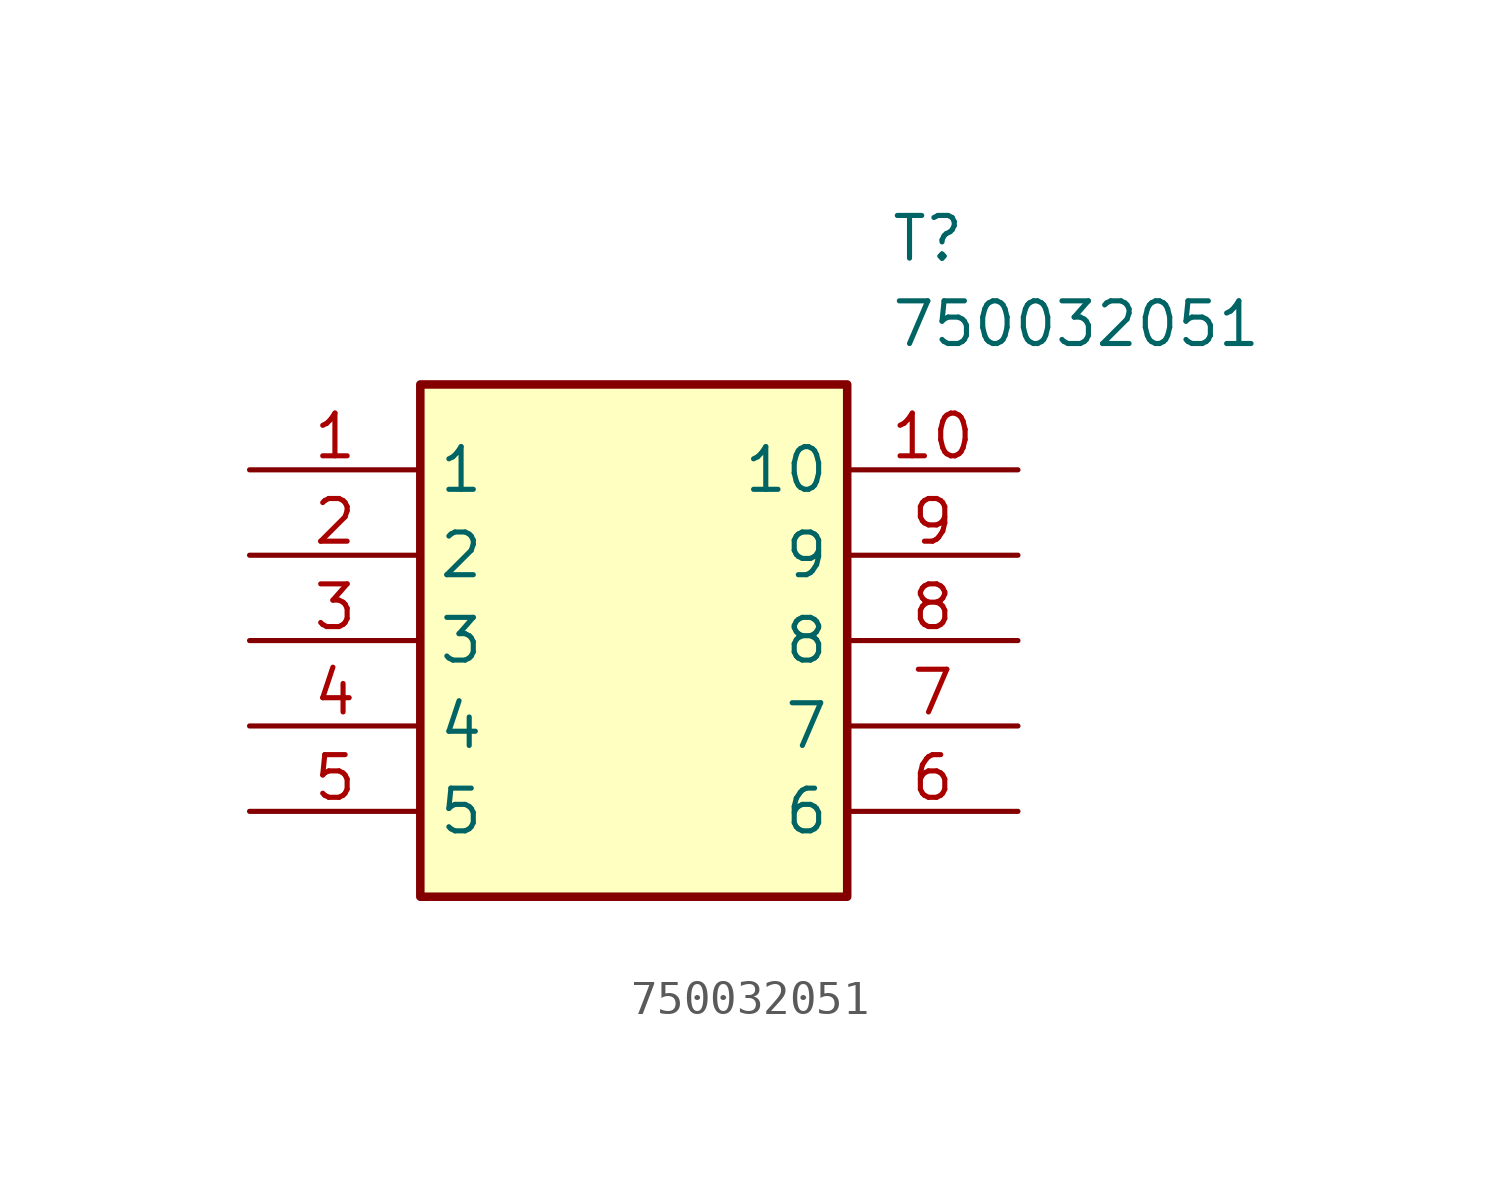
<source format=kicad_sym>
(kicad_symbol_lib
  (version 20211014)
  (generator SamacSys_ECAD_Model)
  (symbol "750032051"
    (property "Reference" "T"
      (at 19.05 7.62 0)
      (effects (font (size 1.27 1.27)) (justify left top)))
    (property "Value" "750032051"
      (at 19.05 5.08 0)
      (effects (font (size 1.27 1.27)) (justify left top)))
    (rectangle
      (start 5.08 2.54)
      (end 17.78 -12.7)
      (stroke (width 0.254) (type default))
      (fill (type background)))
    (pin passive line
      (at 0 0 0)
      (length 5.08)
      (name "1" (effects (font (size 1.27 1.27))))
      (number "1" (effects (font (size 1.27 1.27)))))
    (pin passive line
      (at 0 -2.54 0)
      (length 5.08)
      (name "2" (effects (font (size 1.27 1.27))))
      (number "2" (effects (font (size 1.27 1.27)))))
    (pin passive line
      (at 0 -5.08 0)
      (length 5.08)
      (name "3" (effects (font (size 1.27 1.27))))
      (number "3" (effects (font (size 1.27 1.27)))))
    (pin passive line
      (at 0 -7.62 0)
      (length 5.08)
      (name "4" (effects (font (size 1.27 1.27))))
      (number "4" (effects (font (size 1.27 1.27)))))
    (pin passive line
      (at 0 -10.16 0)
      (length 5.08)
      (name "5" (effects (font (size 1.27 1.27))))
      (number "5" (effects (font (size 1.27 1.27)))))
    (pin passive line
      (at 22.86 -10.16 180)
      (length 5.08)
      (name "6" (effects (font (size 1.27 1.27))))
      (number "6" (effects (font (size 1.27 1.27)))))
    (pin passive line
      (at 22.86 -7.62 180)
      (length 5.08)
      (name "7" (effects (font (size 1.27 1.27))))
      (number "7" (effects (font (size 1.27 1.27)))))
    (pin passive line
      (at 22.86 -5.08 180)
      (length 5.08)
      (name "8" (effects (font (size 1.27 1.27))))
      (number "8" (effects (font (size 1.27 1.27)))))
    (pin passive line
      (at 22.86 -2.54 180)
      (length 5.08)
      (name "9" (effects (font (size 1.27 1.27))))
      (number "9" (effects (font (size 1.27 1.27)))))
    (pin passive line
      (at 22.86 0 180)
      (length 5.08)
      (name "10" (effects (font (size 1.27 1.27))))
      (number "10" (effects (font (size 1.27 1.27)))))))
</source>
